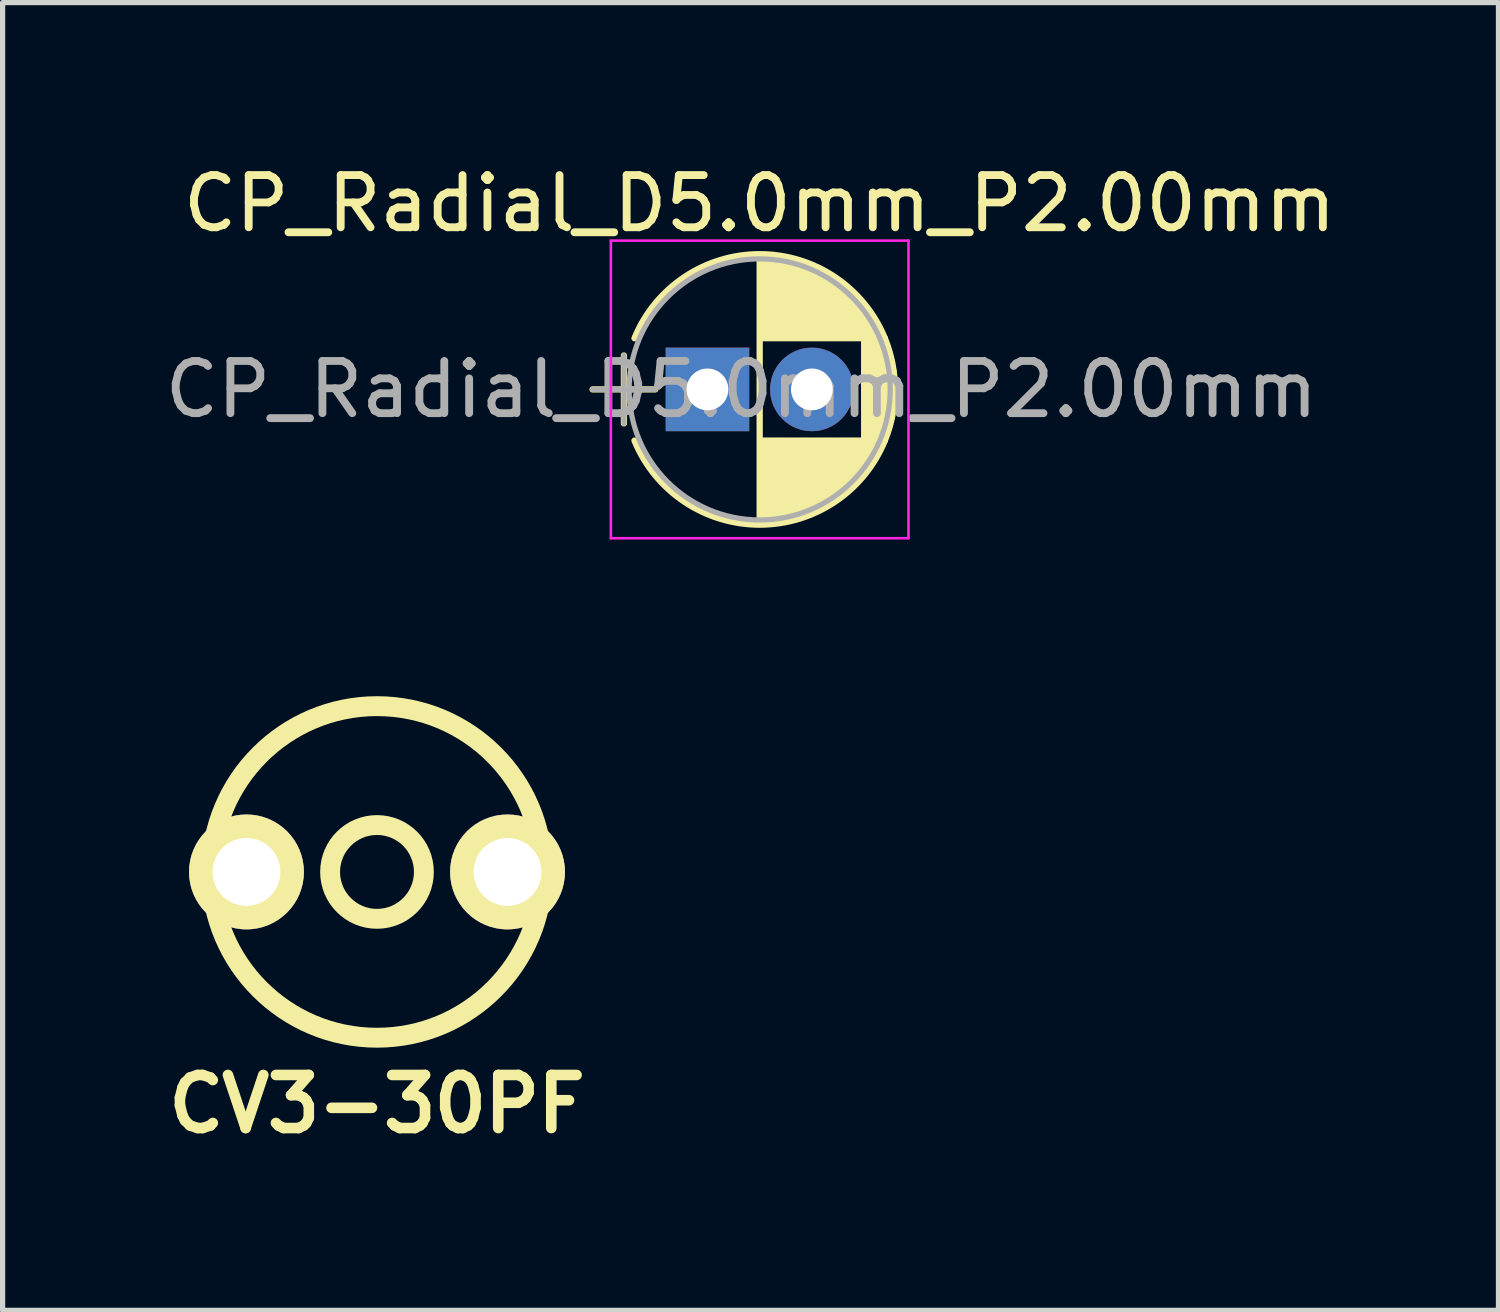
<source format=kicad_pcb>
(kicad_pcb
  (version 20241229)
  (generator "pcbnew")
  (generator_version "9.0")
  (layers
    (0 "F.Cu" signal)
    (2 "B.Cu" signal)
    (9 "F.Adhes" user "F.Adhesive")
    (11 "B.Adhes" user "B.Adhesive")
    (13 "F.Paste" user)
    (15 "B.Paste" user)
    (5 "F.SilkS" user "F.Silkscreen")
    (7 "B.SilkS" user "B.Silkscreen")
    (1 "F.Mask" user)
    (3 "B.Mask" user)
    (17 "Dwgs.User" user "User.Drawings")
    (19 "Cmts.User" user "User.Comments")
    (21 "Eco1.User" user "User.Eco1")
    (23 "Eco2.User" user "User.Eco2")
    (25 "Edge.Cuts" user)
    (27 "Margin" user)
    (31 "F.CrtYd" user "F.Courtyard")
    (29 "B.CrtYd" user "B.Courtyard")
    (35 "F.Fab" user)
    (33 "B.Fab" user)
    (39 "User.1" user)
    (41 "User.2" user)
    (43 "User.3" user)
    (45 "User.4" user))
  (footprint "CP_Radial_D5.0mm_P2.00mm"
    (layer "F.Cu")
    (at 10.499 4.408)
    (property "Reference" "CP_Radial_D5.0mm_P2.00mm" (at 1 -3.56 0) (layer "F.SilkS") (effects (font (size 1 1) (thickness 0.15))))
    (attr through_hole)
    (fp_line (start -2.2 0) (end -1 0) (stroke (width 0.12) (type solid)) (layer "F.SilkS"))
    (fp_line (start -1.6 -0.65) (end -1.6 0.65) (stroke (width 0.12) (type solid)) (layer "F.SilkS"))
    (fp_line (start 1 -2.55) (end 1 2.55) (stroke (width 0.12) (type solid)) (layer "F.SilkS"))
    (fp_line (start 1.04 -2.55) (end 1.04 -0.98) (stroke (width 0.12) (type solid)) (layer "F.SilkS"))
    (fp_line (start 1.04 0.98) (end 1.04 2.55) (stroke (width 0.12) (type solid)) (layer "F.SilkS"))
    (fp_line (start 1.08 -2.549) (end 1.08 -0.98) (stroke (width 0.12) (type solid)) (layer "F.SilkS"))
    (fp_line (start 1.08 0.98) (end 1.08 2.549) (stroke (width 0.12) (type solid)) (layer "F.SilkS"))
    (fp_line (start 1.12 -2.548) (end 1.12 -0.98) (stroke (width 0.12) (type solid)) (layer "F.SilkS"))
    (fp_line (start 1.12 0.98) (end 1.12 2.548) (stroke (width 0.12) (type solid)) (layer "F.SilkS"))
    (fp_line (start 1.16 -2.546) (end 1.16 -0.98) (stroke (width 0.12) (type solid)) (layer "F.SilkS"))
    (fp_line (start 1.16 0.98) (end 1.16 2.546) (stroke (width 0.12) (type solid)) (layer "F.SilkS"))
    (fp_line (start 1.2 -2.543) (end 1.2 -0.98) (stroke (width 0.12) (type solid)) (layer "F.SilkS"))
    (fp_line (start 1.2 0.98) (end 1.2 2.543) (stroke (width 0.12) (type solid)) (layer "F.SilkS"))
    (fp_line (start 1.24 -2.539) (end 1.24 -0.98) (stroke (width 0.12) (type solid)) (layer "F.SilkS"))
    (fp_line (start 1.24 0.98) (end 1.24 2.539) (stroke (width 0.12) (type solid)) (layer "F.SilkS"))
    (fp_line (start 1.28 -2.535) (end 1.28 -0.98) (stroke (width 0.12) (type solid)) (layer "F.SilkS"))
    (fp_line (start 1.28 0.98) (end 1.28 2.535) (stroke (width 0.12) (type solid)) (layer "F.SilkS"))
    (fp_line (start 1.32 -2.531) (end 1.32 -0.98) (stroke (width 0.12) (type solid)) (layer "F.SilkS"))
    (fp_line (start 1.32 0.98) (end 1.32 2.531) (stroke (width 0.12) (type solid)) (layer "F.SilkS"))
    (fp_line (start 1.36 -2.525) (end 1.36 -0.98) (stroke (width 0.12) (type solid)) (layer "F.SilkS"))
    (fp_line (start 1.36 0.98) (end 1.36 2.525) (stroke (width 0.12) (type solid)) (layer "F.SilkS"))
    (fp_line (start 1.4 -2.519) (end 1.4 -0.98) (stroke (width 0.12) (type solid)) (layer "F.SilkS"))
    (fp_line (start 1.4 0.98) (end 1.4 2.519) (stroke (width 0.12) (type solid)) (layer "F.SilkS"))
    (fp_line (start 1.44 -2.513) (end 1.44 -0.98) (stroke (width 0.12) (type solid)) (layer "F.SilkS"))
    (fp_line (start 1.44 0.98) (end 1.44 2.513) (stroke (width 0.12) (type solid)) (layer "F.SilkS"))
    (fp_line (start 1.48 -2.506) (end 1.48 -0.98) (stroke (width 0.12) (type solid)) (layer "F.SilkS"))
    (fp_line (start 1.48 0.98) (end 1.48 2.506) (stroke (width 0.12) (type solid)) (layer "F.SilkS"))
    (fp_line (start 1.52 -2.498) (end 1.52 -0.98) (stroke (width 0.12) (type solid)) (layer "F.SilkS"))
    (fp_line (start 1.52 0.98) (end 1.52 2.498) (stroke (width 0.12) (type solid)) (layer "F.SilkS"))
    (fp_line (start 1.56 -2.489) (end 1.56 -0.98) (stroke (width 0.12) (type solid)) (layer "F.SilkS"))
    (fp_line (start 1.56 0.98) (end 1.56 2.489) (stroke (width 0.12) (type solid)) (layer "F.SilkS"))
    (fp_line (start 1.6 -2.48) (end 1.6 -0.98) (stroke (width 0.12) (type solid)) (layer "F.SilkS"))
    (fp_line (start 1.6 0.98) (end 1.6 2.48) (stroke (width 0.12) (type solid)) (layer "F.SilkS"))
    (fp_line (start 1.64 -2.47) (end 1.64 -0.98) (stroke (width 0.12) (type solid)) (layer "F.SilkS"))
    (fp_line (start 1.64 0.98) (end 1.64 2.47) (stroke (width 0.12) (type solid)) (layer "F.SilkS"))
    (fp_line (start 1.68 -2.46) (end 1.68 -0.98) (stroke (width 0.12) (type solid)) (layer "F.SilkS"))
    (fp_line (start 1.68 0.98) (end 1.68 2.46) (stroke (width 0.12) (type solid)) (layer "F.SilkS"))
    (fp_line (start 1.721 -2.448) (end 1.721 -0.98) (stroke (width 0.12) (type solid)) (layer "F.SilkS"))
    (fp_line (start 1.721 0.98) (end 1.721 2.448) (stroke (width 0.12) (type solid)) (layer "F.SilkS"))
    (fp_line (start 1.761 -2.436) (end 1.761 -0.98) (stroke (width 0.12) (type solid)) (layer "F.SilkS"))
    (fp_line (start 1.761 0.98) (end 1.761 2.436) (stroke (width 0.12) (type solid)) (layer "F.SilkS"))
    (fp_line (start 1.801 -2.424) (end 1.801 -0.98) (stroke (width 0.12) (type solid)) (layer "F.SilkS"))
    (fp_line (start 1.801 0.98) (end 1.801 2.424) (stroke (width 0.12) (type solid)) (layer "F.SilkS"))
    (fp_line (start 1.841 -2.41) (end 1.841 -0.98) (stroke (width 0.12) (type solid)) (layer "F.SilkS"))
    (fp_line (start 1.841 0.98) (end 1.841 2.41) (stroke (width 0.12) (type solid)) (layer "F.SilkS"))
    (fp_line (start 1.881 -2.396) (end 1.881 -0.98) (stroke (width 0.12) (type solid)) (layer "F.SilkS"))
    (fp_line (start 1.881 0.98) (end 1.881 2.396) (stroke (width 0.12) (type solid)) (layer "F.SilkS"))
    (fp_line (start 1.921 -2.382) (end 1.921 -0.98) (stroke (width 0.12) (type solid)) (layer "F.SilkS"))
    (fp_line (start 1.921 0.98) (end 1.921 2.382) (stroke (width 0.12) (type solid)) (layer "F.SilkS"))
    (fp_line (start 1.961 -2.366) (end 1.961 -0.98) (stroke (width 0.12) (type solid)) (layer "F.SilkS"))
    (fp_line (start 1.961 0.98) (end 1.961 2.366) (stroke (width 0.12) (type solid)) (layer "F.SilkS"))
    (fp_line (start 2.001 -2.35) (end 2.001 -0.98) (stroke (width 0.12) (type solid)) (layer "F.SilkS"))
    (fp_line (start 2.001 0.98) (end 2.001 2.35) (stroke (width 0.12) (type solid)) (layer "F.SilkS"))
    (fp_line (start 2.041 -2.333) (end 2.041 -0.98) (stroke (width 0.12) (type solid)) (layer "F.SilkS"))
    (fp_line (start 2.041 0.98) (end 2.041 2.333) (stroke (width 0.12) (type solid)) (layer "F.SilkS"))
    (fp_line (start 2.081 -2.315) (end 2.081 -0.98) (stroke (width 0.12) (type solid)) (layer "F.SilkS"))
    (fp_line (start 2.081 0.98) (end 2.081 2.315) (stroke (width 0.12) (type solid)) (layer "F.SilkS"))
    (fp_line (start 2.121 -2.296) (end 2.121 -0.98) (stroke (width 0.12) (type solid)) (layer "F.SilkS"))
    (fp_line (start 2.121 0.98) (end 2.121 2.296) (stroke (width 0.12) (type solid)) (layer "F.SilkS"))
    (fp_line (start 2.161 -2.276) (end 2.161 -0.98) (stroke (width 0.12) (type solid)) (layer "F.SilkS"))
    (fp_line (start 2.161 0.98) (end 2.161 2.276) (stroke (width 0.12) (type solid)) (layer "F.SilkS"))
    (fp_line (start 2.201 -2.256) (end 2.201 -0.98) (stroke (width 0.12) (type solid)) (layer "F.SilkS"))
    (fp_line (start 2.201 0.98) (end 2.201 2.256) (stroke (width 0.12) (type solid)) (layer "F.SilkS"))
    (fp_line (start 2.241 -2.234) (end 2.241 -0.98) (stroke (width 0.12) (type solid)) (layer "F.SilkS"))
    (fp_line (start 2.241 0.98) (end 2.241 2.234) (stroke (width 0.12) (type solid)) (layer "F.SilkS"))
    (fp_line (start 2.281 -2.212) (end 2.281 -0.98) (stroke (width 0.12) (type solid)) (layer "F.SilkS"))
    (fp_line (start 2.281 0.98) (end 2.281 2.212) (stroke (width 0.12) (type solid)) (layer "F.SilkS"))
    (fp_line (start 2.321 -2.189) (end 2.321 -0.98) (stroke (width 0.12) (type solid)) (layer "F.SilkS"))
    (fp_line (start 2.321 0.98) (end 2.321 2.189) (stroke (width 0.12) (type solid)) (layer "F.SilkS"))
    (fp_line (start 2.361 -2.165) (end 2.361 -0.98) (stroke (width 0.12) (type solid)) (layer "F.SilkS"))
    (fp_line (start 2.361 0.98) (end 2.361 2.165) (stroke (width 0.12) (type solid)) (layer "F.SilkS"))
    (fp_line (start 2.401 -2.14) (end 2.401 -0.98) (stroke (width 0.12) (type solid)) (layer "F.SilkS"))
    (fp_line (start 2.401 0.98) (end 2.401 2.14) (stroke (width 0.12) (type solid)) (layer "F.SilkS"))
    (fp_line (start 2.441 -2.113) (end 2.441 -0.98) (stroke (width 0.12) (type solid)) (layer "F.SilkS"))
    (fp_line (start 2.441 0.98) (end 2.441 2.113) (stroke (width 0.12) (type solid)) (layer "F.SilkS"))
    (fp_line (start 2.481 -2.086) (end 2.481 -0.98) (stroke (width 0.12) (type solid)) (layer "F.SilkS"))
    (fp_line (start 2.481 0.98) (end 2.481 2.086) (stroke (width 0.12) (type solid)) (layer "F.SilkS"))
    (fp_line (start 2.521 -2.058) (end 2.521 -0.98) (stroke (width 0.12) (type solid)) (layer "F.SilkS"))
    (fp_line (start 2.521 0.98) (end 2.521 2.058) (stroke (width 0.12) (type solid)) (layer "F.SilkS"))
    (fp_line (start 2.561 -2.028) (end 2.561 -0.98) (stroke (width 0.12) (type solid)) (layer "F.SilkS"))
    (fp_line (start 2.561 0.98) (end 2.561 2.028) (stroke (width 0.12) (type solid)) (layer "F.SilkS"))
    (fp_line (start 2.601 -1.997) (end 2.601 -0.98) (stroke (width 0.12) (type solid)) (layer "F.SilkS"))
    (fp_line (start 2.601 0.98) (end 2.601 1.997) (stroke (width 0.12) (type solid)) (layer "F.SilkS"))
    (fp_line (start 2.641 -1.965) (end 2.641 -0.98) (stroke (width 0.12) (type solid)) (layer "F.SilkS"))
    (fp_line (start 2.641 0.98) (end 2.641 1.965) (stroke (width 0.12) (type solid)) (layer "F.SilkS"))
    (fp_line (start 2.681 -1.932) (end 2.681 -0.98) (stroke (width 0.12) (type solid)) (layer "F.SilkS"))
    (fp_line (start 2.681 0.98) (end 2.681 1.932) (stroke (width 0.12) (type solid)) (layer "F.SilkS"))
    (fp_line (start 2.721 -1.897) (end 2.721 -0.98) (stroke (width 0.12) (type solid)) (layer "F.SilkS"))
    (fp_line (start 2.721 0.98) (end 2.721 1.897) (stroke (width 0.12) (type solid)) (layer "F.SilkS"))
    (fp_line (start 2.761 -1.861) (end 2.761 -0.98) (stroke (width 0.12) (type solid)) (layer "F.SilkS"))
    (fp_line (start 2.761 0.98) (end 2.761 1.861) (stroke (width 0.12) (type solid)) (layer "F.SilkS"))
    (fp_line (start 2.801 -1.823) (end 2.801 -0.98) (stroke (width 0.12) (type solid)) (layer "F.SilkS"))
    (fp_line (start 2.801 0.98) (end 2.801 1.823) (stroke (width 0.12) (type solid)) (layer "F.SilkS"))
    (fp_line (start 2.841 -1.783) (end 2.841 -0.98) (stroke (width 0.12) (type solid)) (layer "F.SilkS"))
    (fp_line (start 2.841 0.98) (end 2.841 1.783) (stroke (width 0.12) (type solid)) (layer "F.SilkS"))
    (fp_line (start 2.881 -1.742) (end 2.881 -0.98) (stroke (width 0.12) (type solid)) (layer "F.SilkS"))
    (fp_line (start 2.881 0.98) (end 2.881 1.742) (stroke (width 0.12) (type solid)) (layer "F.SilkS"))
    (fp_line (start 2.921 -1.699) (end 2.921 -0.98) (stroke (width 0.12) (type solid)) (layer "F.SilkS"))
    (fp_line (start 2.921 0.98) (end 2.921 1.699) (stroke (width 0.12) (type solid)) (layer "F.SilkS"))
    (fp_line (start 2.961 -1.654) (end 2.961 -0.98) (stroke (width 0.12) (type solid)) (layer "F.SilkS"))
    (fp_line (start 2.961 0.98) (end 2.961 1.654) (stroke (width 0.12) (type solid)) (layer "F.SilkS"))
    (fp_line (start 3.001 -1.606) (end 3.001 1.606) (stroke (width 0.12) (type solid)) (layer "F.SilkS"))
    (fp_line (start 3.041 -1.556) (end 3.041 1.556) (stroke (width 0.12) (type solid)) (layer "F.SilkS"))
    (fp_line (start 3.081 -1.504) (end 3.081 1.504) (stroke (width 0.12) (type solid)) (layer "F.SilkS"))
    (fp_line (start 3.121 -1.448) (end 3.121 1.448) (stroke (width 0.12) (type solid)) (layer "F.SilkS"))
    (fp_line (start 3.161 -1.39) (end 3.161 1.39) (stroke (width 0.12) (type solid)) (layer "F.SilkS"))
    (fp_line (start 3.201 -1.327) (end 3.201 1.327) (stroke (width 0.12) (type solid)) (layer "F.SilkS"))
    (fp_line (start 3.241 -1.261) (end 3.241 1.261) (stroke (width 0.12) (type solid)) (layer "F.SilkS"))
    (fp_line (start 3.281 -1.189) (end 3.281 1.189) (stroke (width 0.12) (type solid)) (layer "F.SilkS"))
    (fp_line (start 3.321 -1.112) (end 3.321 1.112) (stroke (width 0.12) (type solid)) (layer "F.SilkS"))
    (fp_line (start 3.361 -1.028) (end 3.361 1.028) (stroke (width 0.12) (type solid)) (layer "F.SilkS"))
    (fp_line (start 3.401 -0.934) (end 3.401 0.934) (stroke (width 0.12) (type solid)) (layer "F.SilkS"))
    (fp_line (start 3.441 -0.829) (end 3.441 0.829) (stroke (width 0.12) (type solid)) (layer "F.SilkS"))
    (fp_line (start 3.481 -0.707) (end 3.481 0.707) (stroke (width 0.12) (type solid)) (layer "F.SilkS"))
    (fp_line (start 3.521 -0.559) (end 3.521 0.559) (stroke (width 0.12) (type solid)) (layer "F.SilkS"))
    (fp_line (start 3.561 -0.354) (end 3.561 0.354) (stroke (width 0.12) (type solid)) (layer "F.SilkS"))
    (fp_arc (start -1.397436 -0.98) (mid 0.999244 -2.59) (end 3.396863 -0.9814) (stroke (width 0.12) (type solid)) (layer "F.SilkS"))
    (fp_arc (start 3.396863 0.9814) (mid 0.999244 2.59) (end -1.397436 0.98) (stroke (width 0.12) (type solid)) (layer "F.SilkS"))
    (fp_arc (start 3.397436 -0.98) (mid 3.59 0.000756) (end 3.396863 0.9814) (stroke (width 0.12) (type solid)) (layer "F.SilkS"))
    (fp_line (start -1.85 -2.85) (end -1.85 2.85) (stroke (width 0.05) (type solid)) (layer "F.CrtYd"))
    (fp_line (start -1.85 2.85) (end 3.85 2.85) (stroke (width 0.05) (type solid)) (layer "F.CrtYd"))
    (fp_line (start 3.85 -2.85) (end -1.85 -2.85) (stroke (width 0.05) (type solid)) (layer "F.CrtYd"))
    (fp_line (start 3.85 2.85) (end 3.85 -2.85) (stroke (width 0.05) (type solid)) (layer "F.CrtYd"))
    (fp_line (start -2.2 0) (end -1 0) (stroke (width 0.1) (type solid)) (layer "F.Fab"))
    (fp_line (start -1.6 -0.65) (end -1.6 0.65) (stroke (width 0.1) (type solid)) (layer "F.Fab"))
    (fp_circle (center 1 0) (end 3.5 0) (stroke (width 0.1) (type solid)) (fill no) (layer "F.Fab"))
    (fp_text user "${REFERENCE}" (at 0.65 0 0) (layer "F.Fab") (effects (font (size 1 1) (thickness 0.15))))
    (pad "1" thru_hole rect (at 0 0) (size 1.6 1.6) (drill 0.8) (layers "*.Cu" "*.Mask"))
    (pad "2" thru_hole circle (at 2 0) (size 1.6 1.6) (drill 0.8) (layers "*.Cu" "*.Mask")))
  (footprint "CV3-30PF"
    (layer "F.Cu")
    (at 4.17 13.649)
    (property "Reference" "CV3-30PF" (at 0 4.445 0) (layer "F.SilkS") (effects (font (size 1.016 1.016) (thickness 0.203))))
    (attr through_hole)
    (fp_circle (center 0 0) (end 0.635 0.635) (stroke (width 0.381) (type solid)) (fill no) (layer "F.SilkS"))
    (fp_circle (center 0 0) (end 3.175 0) (stroke (width 0.381) (type solid)) (fill no) (layer "F.SilkS"))
    (pad "1" thru_hole circle (at 2.5 0) (size 2.2 2.2) (drill 1.3) (layers "*.Cu" "*.Mask" "F.SilkS"))
    (pad "2" thru_hole circle (at -2.5 0) (size 2.2 2.2) (drill 1.3) (layers "*.Cu" "*.Mask" "F.SilkS")))
  (gr_rect
    (start -3 -3)
    (end 25.648 22.045)
    (stroke (width 0.1) (type default))
    (fill no)
    (layer "Edge.Cuts")))
</source>
